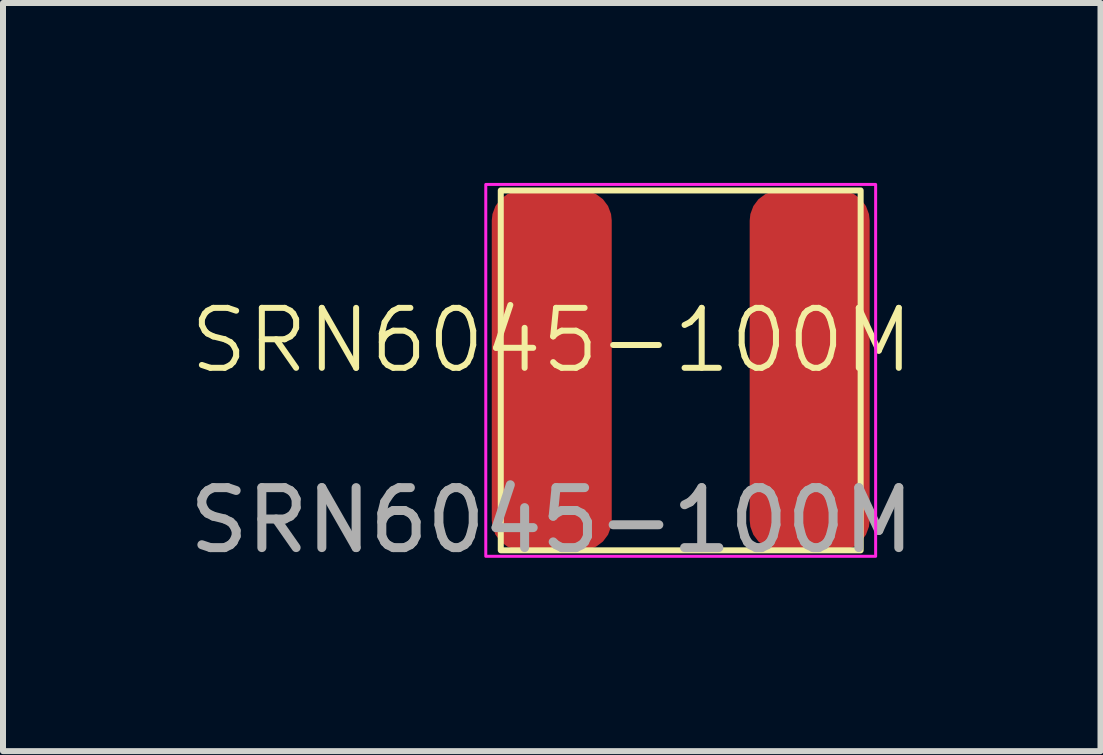
<source format=kicad_pcb>
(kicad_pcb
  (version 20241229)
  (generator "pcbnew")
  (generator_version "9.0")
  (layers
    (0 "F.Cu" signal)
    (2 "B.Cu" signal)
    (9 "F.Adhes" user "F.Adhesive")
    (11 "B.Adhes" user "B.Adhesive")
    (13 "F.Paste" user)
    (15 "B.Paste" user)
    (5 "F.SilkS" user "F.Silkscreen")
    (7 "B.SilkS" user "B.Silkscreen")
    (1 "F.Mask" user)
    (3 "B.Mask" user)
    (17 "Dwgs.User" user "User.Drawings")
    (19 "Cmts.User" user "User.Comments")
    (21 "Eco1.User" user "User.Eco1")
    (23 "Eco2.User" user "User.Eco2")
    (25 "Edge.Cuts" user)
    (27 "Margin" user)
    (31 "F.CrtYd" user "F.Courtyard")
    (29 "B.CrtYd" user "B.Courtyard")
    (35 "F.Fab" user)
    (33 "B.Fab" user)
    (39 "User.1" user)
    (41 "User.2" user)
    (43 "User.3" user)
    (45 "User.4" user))
  (footprint "SRN6045-100M"
    (layer "F.Cu")
    (at 6.149 3.125)
    (property "Reference" "SRN6045-100M" (at 0 -0.5 0) (unlocked yes) (layer "F.SilkS") (effects (font (size 1 1) (thickness 0.1))))
    (attr smd)
    (fp_rect (start -0.85 -3) (end 5.15 3) (stroke (width 0.1) (type default)) (fill no) (layer "F.SilkS"))
    (fp_rect (start -1.1 -3.1) (end 5.4 3.1) (stroke (width 0.05) (type default)) (fill no) (layer "F.CrtYd"))
    (fp_text user "${REFERENCE}" (at 0 2.5 0) (unlocked yes) (layer "F.Fab") (effects (font (size 1 1) (thickness 0.15))))
    (pad "1" smd roundrect (at 0 0) (size 2 6) (layers "F.Cu" "F.Mask" "F.Paste") (roundrect_rratio 0.25))
    (pad "2" smd roundrect (at 4.3 0) (size 2 6) (layers "F.Cu" "F.Mask" "F.Paste") (roundrect_rratio 0.25)))
  (gr_rect
    (start -3 -3)
    (end 15.298 9.473)
    (stroke (width 0.1) (type default))
    (fill no)
    (layer "Edge.Cuts")))
</source>
